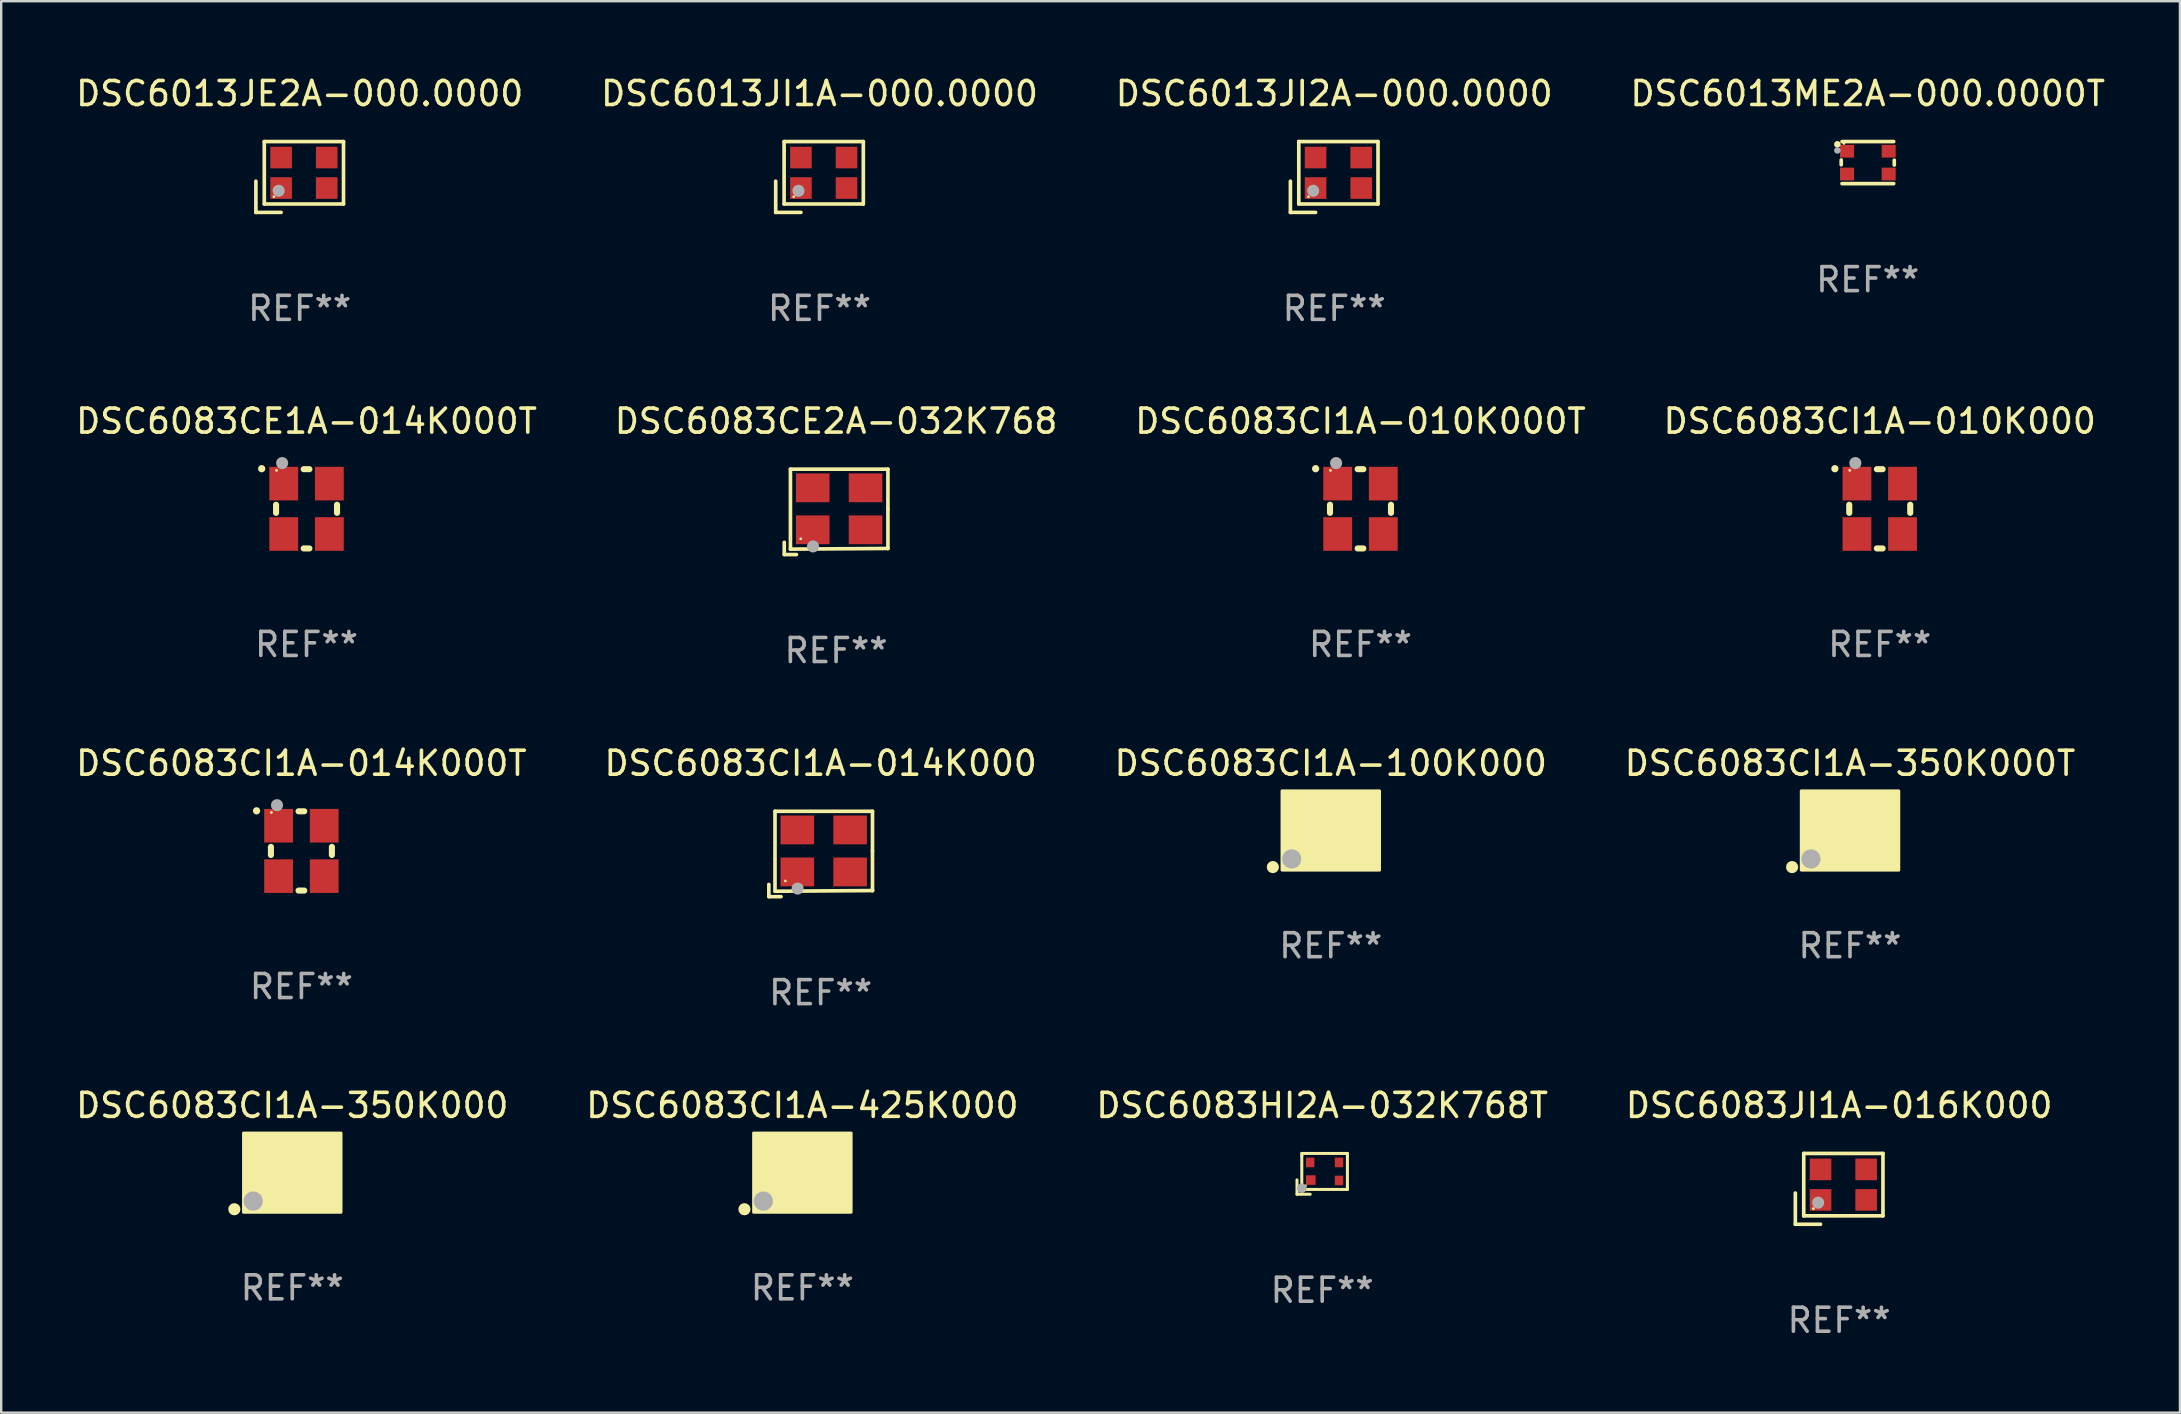
<source format=kicad_pcb>
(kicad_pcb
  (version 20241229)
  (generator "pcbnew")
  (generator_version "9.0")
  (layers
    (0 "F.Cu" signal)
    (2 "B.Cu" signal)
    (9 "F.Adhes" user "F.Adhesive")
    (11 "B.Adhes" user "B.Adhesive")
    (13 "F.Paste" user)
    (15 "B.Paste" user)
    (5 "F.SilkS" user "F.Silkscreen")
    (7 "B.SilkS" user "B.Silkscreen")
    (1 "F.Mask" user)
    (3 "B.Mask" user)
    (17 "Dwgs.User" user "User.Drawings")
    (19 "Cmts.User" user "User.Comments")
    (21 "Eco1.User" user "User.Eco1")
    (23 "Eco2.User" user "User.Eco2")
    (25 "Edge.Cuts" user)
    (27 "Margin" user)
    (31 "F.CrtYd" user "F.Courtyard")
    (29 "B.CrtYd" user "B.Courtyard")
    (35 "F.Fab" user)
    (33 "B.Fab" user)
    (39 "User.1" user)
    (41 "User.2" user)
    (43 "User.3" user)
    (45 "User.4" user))
  (footprint "DSC6083CI1A-014K000T"
    (layer "F.Cu")
    (at 9.506 32.398)
    (property "Reference" "DSC6083CI1A-014K000T" (at 0 -3.651 0) (layer "F.SilkS") (effects (font (size 1 1) (thickness 0.15))))
    (attr through_hole)
    (fp_line (start -1.27 -0.169) (end -1.27 0.169) (stroke (width 0.254) (type solid)) (layer "F.SilkS"))
    (fp_line (start 0.119 -1.651) (end -0.119 -1.651) (stroke (width 0.254) (type solid)) (layer "F.SilkS"))
    (fp_line (start 0.119 1.651) (end -0.119 1.651) (stroke (width 0.254) (type solid)) (layer "F.SilkS"))
    (fp_line (start 1.27 -0.169) (end 1.27 0.169) (stroke (width 0.254) (type solid)) (layer "F.SilkS"))
    (fp_arc (start -1.868631 -1.669799) (mid -1.868636 -1.671069) (end -1.868631 -1.672339) (stroke (width 0.3) (type solid)) (layer "F.SilkS"))
    (fp_circle (center -1.25 -1.6) (end -1.22 -1.6) (stroke (width 0.06) (type solid)) (fill no) (layer "F.SilkS"))
    (fp_circle (center -1.016 -1.905) (end -0.889 -1.905) (stroke (width 0.254) (type solid)) (fill no) (layer "F.Fab"))
    (fp_text user "REF**" (at 0 5.651 0) (layer "F.Fab") (effects (font (size 1 1) (thickness 0.15))))
    (pad "1" smd rect (at -0.95 -1.05 90) (size 1.4 1.2) (layers "F.Cu" "F.Mask" "F.Paste"))
    (pad "2" smd rect (at -0.95 1.05 90) (size 1.4 1.2) (layers "F.Cu" "F.Mask" "F.Paste"))
    (pad "3" smd rect (at 0.95 1.05 90) (size 1.4 1.2) (layers "F.Cu" "F.Mask" "F.Paste"))
    (pad "4" smd rect (at 0.95 -1.05 90) (size 1.4 1.2) (layers "F.Cu" "F.Mask" "F.Paste")))
  (footprint "DSC6083CE2A-032K768"
    (layer "F.Cu")
    (at 31.78 18.273)
    (property "Reference" "DSC6083CE2A-032K768" (at 0 -3.778 0) (layer "F.SilkS") (effects (font (size 1 1) (thickness 0.15))))
    (attr through_hole)
    (fp_line (start -2.159 1.27) (end -2.159 1.778) (stroke (width 0.152) (type solid)) (layer "F.SilkS"))
    (fp_line (start -2.159 1.778) (end -1.651 1.778) (stroke (width 0.152) (type solid)) (layer "F.SilkS"))
    (fp_line (start -1.902 -1.778) (end 2.159 -1.778) (stroke (width 0.152) (type solid)) (layer "F.SilkS"))
    (fp_line (start -1.902 1.552) (end -1.902 -1.778) (stroke (width 0.152) (type solid)) (layer "F.SilkS"))
    (fp_line (start 2.159 -1.778) (end 2.159 -0.127) (stroke (width 0.152) (type solid)) (layer "F.SilkS"))
    (fp_line (start 2.159 -0.127) (end 2.159 1.524) (stroke (width 0.152) (type solid)) (layer "F.SilkS"))
    (fp_line (start 2.159 1.524) (end -1.902 1.552) (stroke (width 0.152) (type solid)) (layer "F.SilkS"))
    (fp_line (start 2.159 1.524) (end 2.159 1.524) (stroke (width 0.152) (type solid)) (layer "F.SilkS"))
    (fp_circle (center -1.473 1.123) (end -1.443 1.123) (stroke (width 0.06) (type solid)) (fill no) (layer "F.SilkS"))
    (fp_circle (center -0.961 1.44) (end -0.834 1.44) (stroke (width 0.254) (type solid)) (fill no) (layer "F.Fab"))
    (fp_text user "REF**" (at 0 5.778 0) (layer "F.Fab") (effects (font (size 1 1) (thickness 0.15))))
    (pad "1" smd rect (at -0.973 0.748) (size 1.4 1.2) (layers "F.Cu" "F.Mask" "F.Paste"))
    (pad "2" smd rect (at 1.227 0.748) (size 1.4 1.2) (layers "F.Cu" "F.Mask" "F.Paste"))
    (pad "3" smd rect (at 1.227 -1.002) (size 1.4 1.2) (layers "F.Cu" "F.Mask" "F.Paste"))
    (pad "4" smd rect (at -0.973 -1.002) (size 1.4 1.2) (layers "F.Cu" "F.Mask" "F.Paste")))
  (footprint "DSC6013ME2A-000.0000T"
    (layer "F.Cu")
    (at 74.756 3.724)
    (property "Reference" "DSC6013ME2A-000.0000T" (at 0 -2.876 0) (layer "F.SilkS") (effects (font (size 1 1) (thickness 0.15))))
    (attr through_hole)
    (fp_line (start -1.105 -0.11) (end -1.105 0.09) (stroke (width 0.152) (type solid)) (layer "F.SilkS"))
    (fp_line (start -1.071 -0.876) (end 1.081 -0.876) (stroke (width 0.152) (type solid)) (layer "F.SilkS"))
    (fp_line (start -1.071 0.876) (end 1.081 0.876) (stroke (width 0.152) (type solid)) (layer "F.SilkS"))
    (fp_line (start 1.105 -0.1) (end 1.105 0.1) (stroke (width 0.152) (type solid)) (layer "F.SilkS"))
    (fp_circle (center -1.265 -0.762) (end -1.196 -0.762) (stroke (width 0.137) (type solid)) (fill no) (layer "F.SilkS"))
    (fp_circle (center -0.995 -0.8) (end -0.965 -0.8) (stroke (width 0.06) (type solid)) (fill no) (layer "F.SilkS"))
    (fp_circle (center -1.265 -0.508) (end -1.196 -0.508) (stroke (width 0.137) (type solid)) (fill no) (layer "F.Fab"))
    (fp_text user "REF**" (at 0 4.876 0) (layer "F.Fab") (effects (font (size 1 1) (thickness 0.15))))
    (pad "1" smd rect (at -0.862 -0.475) (size 0.585 0.532) (layers "F.Cu" "F.Mask" "F.Paste"))
    (pad "2" smd rect (at -0.862 0.475) (size 0.585 0.532) (layers "F.Cu" "F.Mask" "F.Paste"))
    (pad "3" smd rect (at 0.872 0.475) (size 0.585 0.532) (layers "F.Cu" "F.Mask" "F.Paste"))
    (pad "4" smd rect (at 0.872 -0.475) (size 0.585 0.532) (layers "F.Cu" "F.Mask" "F.Paste")))
  (footprint "DSC6083CI1A-014K000"
    (layer "F.Cu")
    (at 31.137 32.525)
    (property "Reference" "DSC6083CI1A-014K000" (at 0 -3.778 0) (layer "F.SilkS") (effects (font (size 1 1) (thickness 0.15))))
    (attr through_hole)
    (fp_line (start -2.159 1.27) (end -2.159 1.778) (stroke (width 0.152) (type solid)) (layer "F.SilkS"))
    (fp_line (start -2.159 1.778) (end -1.651 1.778) (stroke (width 0.152) (type solid)) (layer "F.SilkS"))
    (fp_line (start -1.902 -1.778) (end 2.159 -1.778) (stroke (width 0.152) (type solid)) (layer "F.SilkS"))
    (fp_line (start -1.902 1.552) (end -1.902 -1.778) (stroke (width 0.152) (type solid)) (layer "F.SilkS"))
    (fp_line (start 2.159 -1.778) (end 2.159 -0.127) (stroke (width 0.152) (type solid)) (layer "F.SilkS"))
    (fp_line (start 2.159 -0.127) (end 2.159 1.524) (stroke (width 0.152) (type solid)) (layer "F.SilkS"))
    (fp_line (start 2.159 1.524) (end -1.902 1.552) (stroke (width 0.152) (type solid)) (layer "F.SilkS"))
    (fp_line (start 2.159 1.524) (end 2.159 1.524) (stroke (width 0.152) (type solid)) (layer "F.SilkS"))
    (fp_circle (center -1.473 1.123) (end -1.443 1.123) (stroke (width 0.06) (type solid)) (fill no) (layer "F.SilkS"))
    (fp_circle (center -0.961 1.44) (end -0.834 1.44) (stroke (width 0.254) (type solid)) (fill no) (layer "F.Fab"))
    (fp_text user "REF**" (at 0 5.778 0) (layer "F.Fab") (effects (font (size 1 1) (thickness 0.15))))
    (pad "1" smd rect (at -0.973 0.748) (size 1.4 1.2) (layers "F.Cu" "F.Mask" "F.Paste"))
    (pad "2" smd rect (at 1.227 0.748) (size 1.4 1.2) (layers "F.Cu" "F.Mask" "F.Paste"))
    (pad "3" smd rect (at 1.227 -1.002) (size 1.4 1.2) (layers "F.Cu" "F.Mask" "F.Paste"))
    (pad "4" smd rect (at -0.973 -1.002) (size 1.4 1.2) (layers "F.Cu" "F.Mask" "F.Paste")))
  (footprint "DSC6083CI1A-100K000"
    (layer "F.Cu")
    (at 52.387 31.547)
    (property "Reference" "DSC6083CI1A-100K000" (at 0 -2.8 0) (layer "F.SilkS") (effects (font (size 1 1) (thickness 0.15))))
    (attr through_hole)
    (fp_circle (center -2.413 1.524) (end -2.286 1.524) (stroke (width 0.254) (type solid)) (fill no) (layer "F.SilkS"))
    (fp_circle (center -1.6 1.25) (end -1.57 1.25) (stroke (width 0.06) (type solid)) (fill no) (layer "F.SilkS"))
    (fp_poly (pts (xy -2.032 -1.651) (xy 2.032 -1.651) (xy 2.032 1.651) (xy -2.032 1.651)) (stroke (width 0.12) (type solid)) (fill yes) (layer "F.SilkS"))
    (fp_circle (center -1.627 1.185) (end -1.427 1.185) (stroke (width 0.4) (type solid)) (fill no) (layer "F.Fab"))
    (fp_text user "REF**" (at 0 4.8 0) (layer "F.Fab") (effects (font (size 1 1) (thickness 0.15))))
    (pad "1" smd rect (at -1.05 0.8) (size 1.4 1.2) (layers "F.Cu" "F.Mask" "F.Paste"))
    (pad "2" smd rect (at 1.05 0.8) (size 1.4 1.2) (layers "F.Cu" "F.Mask" "F.Paste"))
    (pad "3" smd rect (at 1.05 -0.8) (size 1.4 1.2) (layers "F.Cu" "F.Mask" "F.Paste"))
    (pad "4" smd rect (at -1.05 -0.8) (size 1.4 1.2) (layers "F.Cu" "F.Mask" "F.Paste")))
  (footprint "DSC6013JI1A-000.0000"
    (layer "F.Cu")
    (at 31.089 4.323)
    (property "Reference" "DSC6013JI1A-000.0000" (at 0 -3.475 0) (layer "F.SilkS") (effects (font (size 1 1) (thickness 0.15))))
    (attr through_hole)
    (fp_line (start -1.825 0.175) (end -1.825 1.475) (stroke (width 0.152) (type solid)) (layer "F.SilkS"))
    (fp_line (start -1.825 1.475) (end -0.775 1.475) (stroke (width 0.152) (type solid)) (layer "F.SilkS"))
    (fp_line (start -1.475 -1.475) (end -1.475 1.125) (stroke (width 0.152) (type solid)) (layer "F.SilkS"))
    (fp_line (start -1.475 1.125) (end 1.825 1.125) (stroke (width 0.152) (type solid)) (layer "F.SilkS"))
    (fp_line (start 1.825 -1.475) (end -1.475 -1.475) (stroke (width 0.152) (type solid)) (layer "F.SilkS"))
    (fp_line (start 1.825 1.125) (end 1.825 -1.475) (stroke (width 0.152) (type solid)) (layer "F.SilkS"))
    (fp_circle (center -1.075 0.825) (end -1.045 0.825) (stroke (width 0.06) (type solid)) (fill no) (layer "F.SilkS"))
    (fp_circle (center -0.875 0.575) (end -0.748 0.575) (stroke (width 0.254) (type solid)) (fill no) (layer "F.Fab"))
    (fp_text user "REF**" (at 0 5.475 0) (layer "F.Fab") (effects (font (size 1 1) (thickness 0.15))))
    (pad "1" smd rect (at -0.775 0.46) (size 0.9 0.9) (layers "F.Cu" "F.Mask" "F.Paste"))
    (pad "2" smd rect (at 1.125 0.46) (size 0.9 0.9) (layers "F.Cu" "F.Mask" "F.Paste"))
    (pad "3" smd rect (at 1.125 -0.81) (size 0.9 0.9) (layers "F.Cu" "F.Mask" "F.Paste"))
    (pad "4" smd rect (at -0.775 -0.81) (size 0.9 0.9) (layers "F.Cu" "F.Mask" "F.Paste")))
  (footprint "DSC6013JI2A-000.0000"
    (layer "F.Cu")
    (at 52.53 4.323)
    (property "Reference" "DSC6013JI2A-000.0000" (at 0 -3.475 0) (layer "F.SilkS") (effects (font (size 1 1) (thickness 0.15))))
    (attr through_hole)
    (fp_line (start -1.825 0.175) (end -1.825 1.475) (stroke (width 0.152) (type solid)) (layer "F.SilkS"))
    (fp_line (start -1.825 1.475) (end -0.775 1.475) (stroke (width 0.152) (type solid)) (layer "F.SilkS"))
    (fp_line (start -1.475 -1.475) (end -1.475 1.125) (stroke (width 0.152) (type solid)) (layer "F.SilkS"))
    (fp_line (start -1.475 1.125) (end 1.825 1.125) (stroke (width 0.152) (type solid)) (layer "F.SilkS"))
    (fp_line (start 1.825 -1.475) (end -1.475 -1.475) (stroke (width 0.152) (type solid)) (layer "F.SilkS"))
    (fp_line (start 1.825 1.125) (end 1.825 -1.475) (stroke (width 0.152) (type solid)) (layer "F.SilkS"))
    (fp_circle (center -1.075 0.825) (end -1.045 0.825) (stroke (width 0.06) (type solid)) (fill no) (layer "F.SilkS"))
    (fp_circle (center -0.875 0.575) (end -0.748 0.575) (stroke (width 0.254) (type solid)) (fill no) (layer "F.Fab"))
    (fp_text user "REF**" (at 0 5.475 0) (layer "F.Fab") (effects (font (size 1 1) (thickness 0.15))))
    (pad "1" smd rect (at -0.775 0.46) (size 0.9 0.9) (layers "F.Cu" "F.Mask" "F.Paste"))
    (pad "2" smd rect (at 1.125 0.46) (size 0.9 0.9) (layers "F.Cu" "F.Mask" "F.Paste"))
    (pad "3" smd rect (at 1.125 -0.81) (size 0.9 0.9) (layers "F.Cu" "F.Mask" "F.Paste"))
    (pad "4" smd rect (at -0.775 -0.81) (size 0.9 0.9) (layers "F.Cu" "F.Mask" "F.Paste")))
  (footprint "DSC6083CI1A-350K000"
    (layer "F.Cu")
    (at 9.125 45.8)
    (property "Reference" "DSC6083CI1A-350K000" (at 0 -2.8 0) (layer "F.SilkS") (effects (font (size 1 1) (thickness 0.15))))
    (attr through_hole)
    (fp_circle (center -2.413 1.524) (end -2.286 1.524) (stroke (width 0.254) (type solid)) (fill no) (layer "F.SilkS"))
    (fp_circle (center -1.6 1.25) (end -1.57 1.25) (stroke (width 0.06) (type solid)) (fill no) (layer "F.SilkS"))
    (fp_poly (pts (xy -2.032 -1.651) (xy 2.032 -1.651) (xy 2.032 1.651) (xy -2.032 1.651)) (stroke (width 0.12) (type solid)) (fill yes) (layer "F.SilkS"))
    (fp_circle (center -1.627 1.185) (end -1.427 1.185) (stroke (width 0.4) (type solid)) (fill no) (layer "F.Fab"))
    (fp_text user "REF**" (at 0 4.8 0) (layer "F.Fab") (effects (font (size 1 1) (thickness 0.15))))
    (pad "1" smd rect (at -1.05 0.8) (size 1.4 1.2) (layers "F.Cu" "F.Mask" "F.Paste"))
    (pad "2" smd rect (at 1.05 0.8) (size 1.4 1.2) (layers "F.Cu" "F.Mask" "F.Paste"))
    (pad "3" smd rect (at 1.05 -0.8) (size 1.4 1.2) (layers "F.Cu" "F.Mask" "F.Paste"))
    (pad "4" smd rect (at -1.05 -0.8) (size 1.4 1.2) (layers "F.Cu" "F.Mask" "F.Paste")))
  (footprint "DSC6083CI1A-010K000"
    (layer "F.Cu")
    (at 75.256 18.146)
    (property "Reference" "DSC6083CI1A-010K000" (at 0 -3.651 0) (layer "F.SilkS") (effects (font (size 1 1) (thickness 0.15))))
    (attr through_hole)
    (fp_line (start -1.27 -0.169) (end -1.27 0.169) (stroke (width 0.254) (type solid)) (layer "F.SilkS"))
    (fp_line (start 0.119 -1.651) (end -0.119 -1.651) (stroke (width 0.254) (type solid)) (layer "F.SilkS"))
    (fp_line (start 0.119 1.651) (end -0.119 1.651) (stroke (width 0.254) (type solid)) (layer "F.SilkS"))
    (fp_line (start 1.27 -0.169) (end 1.27 0.169) (stroke (width 0.254) (type solid)) (layer "F.SilkS"))
    (fp_arc (start -1.868631 -1.669799) (mid -1.868636 -1.671069) (end -1.868631 -1.672339) (stroke (width 0.3) (type solid)) (layer "F.SilkS"))
    (fp_circle (center -1.25 -1.6) (end -1.22 -1.6) (stroke (width 0.06) (type solid)) (fill no) (layer "F.SilkS"))
    (fp_circle (center -1.016 -1.905) (end -0.889 -1.905) (stroke (width 0.254) (type solid)) (fill no) (layer "F.Fab"))
    (fp_text user "REF**" (at 0 5.651 0) (layer "F.Fab") (effects (font (size 1 1) (thickness 0.15))))
    (pad "1" smd rect (at -0.95 -1.05 90) (size 1.4 1.2) (layers "F.Cu" "F.Mask" "F.Paste"))
    (pad "2" smd rect (at -0.95 1.05 90) (size 1.4 1.2) (layers "F.Cu" "F.Mask" "F.Paste"))
    (pad "3" smd rect (at 0.95 1.05 90) (size 1.4 1.2) (layers "F.Cu" "F.Mask" "F.Paste"))
    (pad "4" smd rect (at 0.95 -1.05 90) (size 1.4 1.2) (layers "F.Cu" "F.Mask" "F.Paste")))
  (footprint "DSC6083JI1A-016K000"
    (layer "F.Cu")
    (at 73.565 46.475)
    (property "Reference" "DSC6083JI1A-016K000" (at 0 -3.475 0) (layer "F.SilkS") (effects (font (size 1 1) (thickness 0.15))))
    (attr through_hole)
    (fp_line (start -1.825 0.175) (end -1.825 1.475) (stroke (width 0.152) (type solid)) (layer "F.SilkS"))
    (fp_line (start -1.825 1.475) (end -0.775 1.475) (stroke (width 0.152) (type solid)) (layer "F.SilkS"))
    (fp_line (start -1.475 -1.475) (end -1.475 1.125) (stroke (width 0.152) (type solid)) (layer "F.SilkS"))
    (fp_line (start -1.475 1.125) (end 1.825 1.125) (stroke (width 0.152) (type solid)) (layer "F.SilkS"))
    (fp_line (start 1.825 -1.475) (end -1.475 -1.475) (stroke (width 0.152) (type solid)) (layer "F.SilkS"))
    (fp_line (start 1.825 1.125) (end 1.825 -1.475) (stroke (width 0.152) (type solid)) (layer "F.SilkS"))
    (fp_circle (center -1.075 0.825) (end -1.045 0.825) (stroke (width 0.06) (type solid)) (fill no) (layer "F.SilkS"))
    (fp_circle (center -0.875 0.575) (end -0.748 0.575) (stroke (width 0.254) (type solid)) (fill no) (layer "F.Fab"))
    (fp_text user "REF**" (at 0 5.475 0) (layer "F.Fab") (effects (font (size 1 1) (thickness 0.15))))
    (pad "1" smd rect (at -0.775 0.46) (size 0.9 0.9) (layers "F.Cu" "F.Mask" "F.Paste"))
    (pad "2" smd rect (at 1.125 0.46) (size 0.9 0.9) (layers "F.Cu" "F.Mask" "F.Paste"))
    (pad "3" smd rect (at 1.125 -0.81) (size 0.9 0.9) (layers "F.Cu" "F.Mask" "F.Paste"))
    (pad "4" smd rect (at -0.775 -0.81) (size 0.9 0.9) (layers "F.Cu" "F.Mask" "F.Paste")))
  (footprint "DSC6083CI1A-010K000T"
    (layer "F.Cu")
    (at 53.625 18.146)
    (property "Reference" "DSC6083CI1A-010K000T" (at 0 -3.651 0) (layer "F.SilkS") (effects (font (size 1 1) (thickness 0.15))))
    (attr through_hole)
    (fp_line (start -1.27 -0.169) (end -1.27 0.169) (stroke (width 0.254) (type solid)) (layer "F.SilkS"))
    (fp_line (start 0.119 -1.651) (end -0.119 -1.651) (stroke (width 0.254) (type solid)) (layer "F.SilkS"))
    (fp_line (start 0.119 1.651) (end -0.119 1.651) (stroke (width 0.254) (type solid)) (layer "F.SilkS"))
    (fp_line (start 1.27 -0.169) (end 1.27 0.169) (stroke (width 0.254) (type solid)) (layer "F.SilkS"))
    (fp_arc (start -1.868631 -1.669799) (mid -1.868636 -1.671069) (end -1.868631 -1.672339) (stroke (width 0.3) (type solid)) (layer "F.SilkS"))
    (fp_circle (center -1.25 -1.6) (end -1.22 -1.6) (stroke (width 0.06) (type solid)) (fill no) (layer "F.SilkS"))
    (fp_circle (center -1.016 -1.905) (end -0.889 -1.905) (stroke (width 0.254) (type solid)) (fill no) (layer "F.Fab"))
    (fp_text user "REF**" (at 0 5.651 0) (layer "F.Fab") (effects (font (size 1 1) (thickness 0.15))))
    (pad "1" smd rect (at -0.95 -1.05 90) (size 1.4 1.2) (layers "F.Cu" "F.Mask" "F.Paste"))
    (pad "2" smd rect (at -0.95 1.05 90) (size 1.4 1.2) (layers "F.Cu" "F.Mask" "F.Paste"))
    (pad "3" smd rect (at 0.95 1.05 90) (size 1.4 1.2) (layers "F.Cu" "F.Mask" "F.Paste"))
    (pad "4" smd rect (at 0.95 -1.05 90) (size 1.4 1.2) (layers "F.Cu" "F.Mask" "F.Paste")))
  (footprint "DSC6013JE2A-000.0000"
    (layer "F.Cu")
    (at 9.435 4.323)
    (property "Reference" "DSC6013JE2A-000.0000" (at 0 -3.475 0) (layer "F.SilkS") (effects (font (size 1 1) (thickness 0.15))))
    (attr through_hole)
    (fp_line (start -1.825 0.175) (end -1.825 1.475) (stroke (width 0.152) (type solid)) (layer "F.SilkS"))
    (fp_line (start -1.825 1.475) (end -0.775 1.475) (stroke (width 0.152) (type solid)) (layer "F.SilkS"))
    (fp_line (start -1.475 -1.475) (end -1.475 1.125) (stroke (width 0.152) (type solid)) (layer "F.SilkS"))
    (fp_line (start -1.475 1.125) (end 1.825 1.125) (stroke (width 0.152) (type solid)) (layer "F.SilkS"))
    (fp_line (start 1.825 -1.475) (end -1.475 -1.475) (stroke (width 0.152) (type solid)) (layer "F.SilkS"))
    (fp_line (start 1.825 1.125) (end 1.825 -1.475) (stroke (width 0.152) (type solid)) (layer "F.SilkS"))
    (fp_circle (center -1.075 0.825) (end -1.045 0.825) (stroke (width 0.06) (type solid)) (fill no) (layer "F.SilkS"))
    (fp_circle (center -0.875 0.575) (end -0.748 0.575) (stroke (width 0.254) (type solid)) (fill no) (layer "F.Fab"))
    (fp_text user "REF**" (at 0 5.475 0) (layer "F.Fab") (effects (font (size 1 1) (thickness 0.15))))
    (pad "1" smd rect (at -0.775 0.46) (size 0.9 0.9) (layers "F.Cu" "F.Mask" "F.Paste"))
    (pad "2" smd rect (at 1.125 0.46) (size 0.9 0.9) (layers "F.Cu" "F.Mask" "F.Paste"))
    (pad "3" smd rect (at 1.125 -0.81) (size 0.9 0.9) (layers "F.Cu" "F.Mask" "F.Paste"))
    (pad "4" smd rect (at -0.775 -0.81) (size 0.9 0.9) (layers "F.Cu" "F.Mask" "F.Paste")))
  (footprint "DSC6083CE1A-014K000T"
    (layer "F.Cu")
    (at 9.72 18.146)
    (property "Reference" "DSC6083CE1A-014K000T" (at 0 -3.651 0) (layer "F.SilkS") (effects (font (size 1 1) (thickness 0.15))))
    (attr through_hole)
    (fp_line (start -1.27 -0.169) (end -1.27 0.169) (stroke (width 0.254) (type solid)) (layer "F.SilkS"))
    (fp_line (start 0.119 -1.651) (end -0.119 -1.651) (stroke (width 0.254) (type solid)) (layer "F.SilkS"))
    (fp_line (start 0.119 1.651) (end -0.119 1.651) (stroke (width 0.254) (type solid)) (layer "F.SilkS"))
    (fp_line (start 1.27 -0.169) (end 1.27 0.169) (stroke (width 0.254) (type solid)) (layer "F.SilkS"))
    (fp_arc (start -1.868631 -1.669799) (mid -1.868636 -1.671069) (end -1.868631 -1.672339) (stroke (width 0.3) (type solid)) (layer "F.SilkS"))
    (fp_circle (center -1.25 -1.6) (end -1.22 -1.6) (stroke (width 0.06) (type solid)) (fill no) (layer "F.SilkS"))
    (fp_circle (center -1.016 -1.905) (end -0.889 -1.905) (stroke (width 0.254) (type solid)) (fill no) (layer "F.Fab"))
    (fp_text user "REF**" (at 0 5.651 0) (layer "F.Fab") (effects (font (size 1 1) (thickness 0.15))))
    (pad "1" smd rect (at -0.95 -1.05 90) (size 1.4 1.2) (layers "F.Cu" "F.Mask" "F.Paste"))
    (pad "2" smd rect (at -0.95 1.05 90) (size 1.4 1.2) (layers "F.Cu" "F.Mask" "F.Paste"))
    (pad "3" smd rect (at 0.95 1.05 90) (size 1.4 1.2) (layers "F.Cu" "F.Mask" "F.Paste"))
    (pad "4" smd rect (at 0.95 -1.05 90) (size 1.4 1.2) (layers "F.Cu" "F.Mask" "F.Paste")))
  (footprint "DSC6083CI1A-350K000T"
    (layer "F.Cu")
    (at 74.018 31.547)
    (property "Reference" "DSC6083CI1A-350K000T" (at 0 -2.8 0) (layer "F.SilkS") (effects (font (size 1 1) (thickness 0.15))))
    (attr through_hole)
    (fp_circle (center -2.413 1.524) (end -2.286 1.524) (stroke (width 0.254) (type solid)) (fill no) (layer "F.SilkS"))
    (fp_circle (center -1.6 1.25) (end -1.57 1.25) (stroke (width 0.06) (type solid)) (fill no) (layer "F.SilkS"))
    (fp_poly (pts (xy -2.032 -1.651) (xy 2.032 -1.651) (xy 2.032 1.651) (xy -2.032 1.651)) (stroke (width 0.12) (type solid)) (fill yes) (layer "F.SilkS"))
    (fp_circle (center -1.627 1.185) (end -1.427 1.185) (stroke (width 0.4) (type solid)) (fill no) (layer "F.Fab"))
    (fp_text user "REF**" (at 0 4.8 0) (layer "F.Fab") (effects (font (size 1 1) (thickness 0.15))))
    (pad "1" smd rect (at -1.05 0.8) (size 1.4 1.2) (layers "F.Cu" "F.Mask" "F.Paste"))
    (pad "2" smd rect (at 1.05 0.8) (size 1.4 1.2) (layers "F.Cu" "F.Mask" "F.Paste"))
    (pad "3" smd rect (at 1.05 -0.8) (size 1.4 1.2) (layers "F.Cu" "F.Mask" "F.Paste"))
    (pad "4" smd rect (at -1.05 -0.8) (size 1.4 1.2) (layers "F.Cu" "F.Mask" "F.Paste")))
  (footprint "DSC6083CI1A-425K000"
    (layer "F.Cu")
    (at 30.375 45.8)
    (property "Reference" "DSC6083CI1A-425K000" (at 0 -2.8 0) (layer "F.SilkS") (effects (font (size 1 1) (thickness 0.15))))
    (attr through_hole)
    (fp_circle (center -2.413 1.524) (end -2.286 1.524) (stroke (width 0.254) (type solid)) (fill no) (layer "F.SilkS"))
    (fp_circle (center -1.6 1.25) (end -1.57 1.25) (stroke (width 0.06) (type solid)) (fill no) (layer "F.SilkS"))
    (fp_poly (pts (xy -2.032 -1.651) (xy 2.032 -1.651) (xy 2.032 1.651) (xy -2.032 1.651)) (stroke (width 0.12) (type solid)) (fill yes) (layer "F.SilkS"))
    (fp_circle (center -1.627 1.185) (end -1.427 1.185) (stroke (width 0.4) (type solid)) (fill no) (layer "F.Fab"))
    (fp_text user "REF**" (at 0 4.8 0) (layer "F.Fab") (effects (font (size 1 1) (thickness 0.15))))
    (pad "1" smd rect (at -1.05 0.8) (size 1.4 1.2) (layers "F.Cu" "F.Mask" "F.Paste"))
    (pad "2" smd rect (at 1.05 0.8) (size 1.4 1.2) (layers "F.Cu" "F.Mask" "F.Paste"))
    (pad "3" smd rect (at 1.05 -0.8) (size 1.4 1.2) (layers "F.Cu" "F.Mask" "F.Paste"))
    (pad "4" smd rect (at -1.05 -0.8) (size 1.4 1.2) (layers "F.Cu" "F.Mask" "F.Paste")))
  (footprint "DSC6083HI2A-032K768T"
    (layer "F.Cu")
    (at 52.03 45.85)
    (property "Reference" "DSC6083HI2A-032K768T" (at 0 -2.85 0) (layer "F.SilkS") (effects (font (size 1 1) (thickness 0.15))))
    (attr through_hole)
    (fp_line (start -1.05 0.25) (end -1.05 0.85) (stroke (width 0.125) (type solid)) (layer "F.SilkS"))
    (fp_line (start -1.05 0.85) (end -0.5 0.85) (stroke (width 0.125) (type solid)) (layer "F.SilkS"))
    (fp_line (start -0.85 -0.85) (end 1.05 -0.85) (stroke (width 0.125) (type solid)) (layer "F.SilkS"))
    (fp_line (start -0.85 -0.75) (end -0.85 -0.85) (stroke (width 0.125) (type solid)) (layer "F.SilkS"))
    (fp_line (start -0.85 -0.75) (end -0.85 0.6) (stroke (width 0.125) (type solid)) (layer "F.SilkS"))
    (fp_line (start -0.85 0.6) (end -0.85 0.65) (stroke (width 0.125) (type solid)) (layer "F.SilkS"))
    (fp_line (start 1.05 -0.85) (end 1.05 -0.75) (stroke (width 0.125) (type solid)) (layer "F.SilkS"))
    (fp_line (start 1.05 -0.75) (end 1.05 0.55) (stroke (width 0.125) (type solid)) (layer "F.SilkS"))
    (fp_line (start 1.05 0.55) (end 1.05 0.65) (stroke (width 0.125) (type solid)) (layer "F.SilkS"))
    (fp_line (start 1.05 0.65) (end -0.85 0.65) (stroke (width 0.125) (type solid)) (layer "F.SilkS"))
    (fp_circle (center -0.7 0.5) (end -0.67 0.5) (stroke (width 0.06) (type solid)) (fill no) (layer "F.SilkS"))
    (fp_circle (center -0.85 0.6) (end -0.75 0.6) (stroke (width 0.2) (type solid)) (fill no) (layer "F.Fab"))
    (fp_text user "REF**" (at 0 4.85 0) (layer "F.Fab") (effects (font (size 1 1) (thickness 0.15))))
    (pad "1" smd rect (at -0.475 0.26) (size 0.4 0.4) (layers "F.Cu" "F.Mask" "F.Paste"))
    (pad "2" smd rect (at 0.7 0.275) (size 0.35 0.4) (layers "F.Cu" "F.Mask" "F.Paste"))
    (pad "3" smd rect (at 0.7 -0.475 180) (size 0.35 0.4) (layers "F.Cu" "F.Mask" "F.Paste"))
    (pad "4" smd rect (at -0.5 -0.475) (size 0.35 0.4) (layers "F.Cu" "F.Mask" "F.Paste")))
  (gr_rect
    (start -3 -3)
    (end 87.762 55.798)
    (stroke (width 0.1) (type default))
    (fill no)
    (layer "Edge.Cuts")))
</source>
